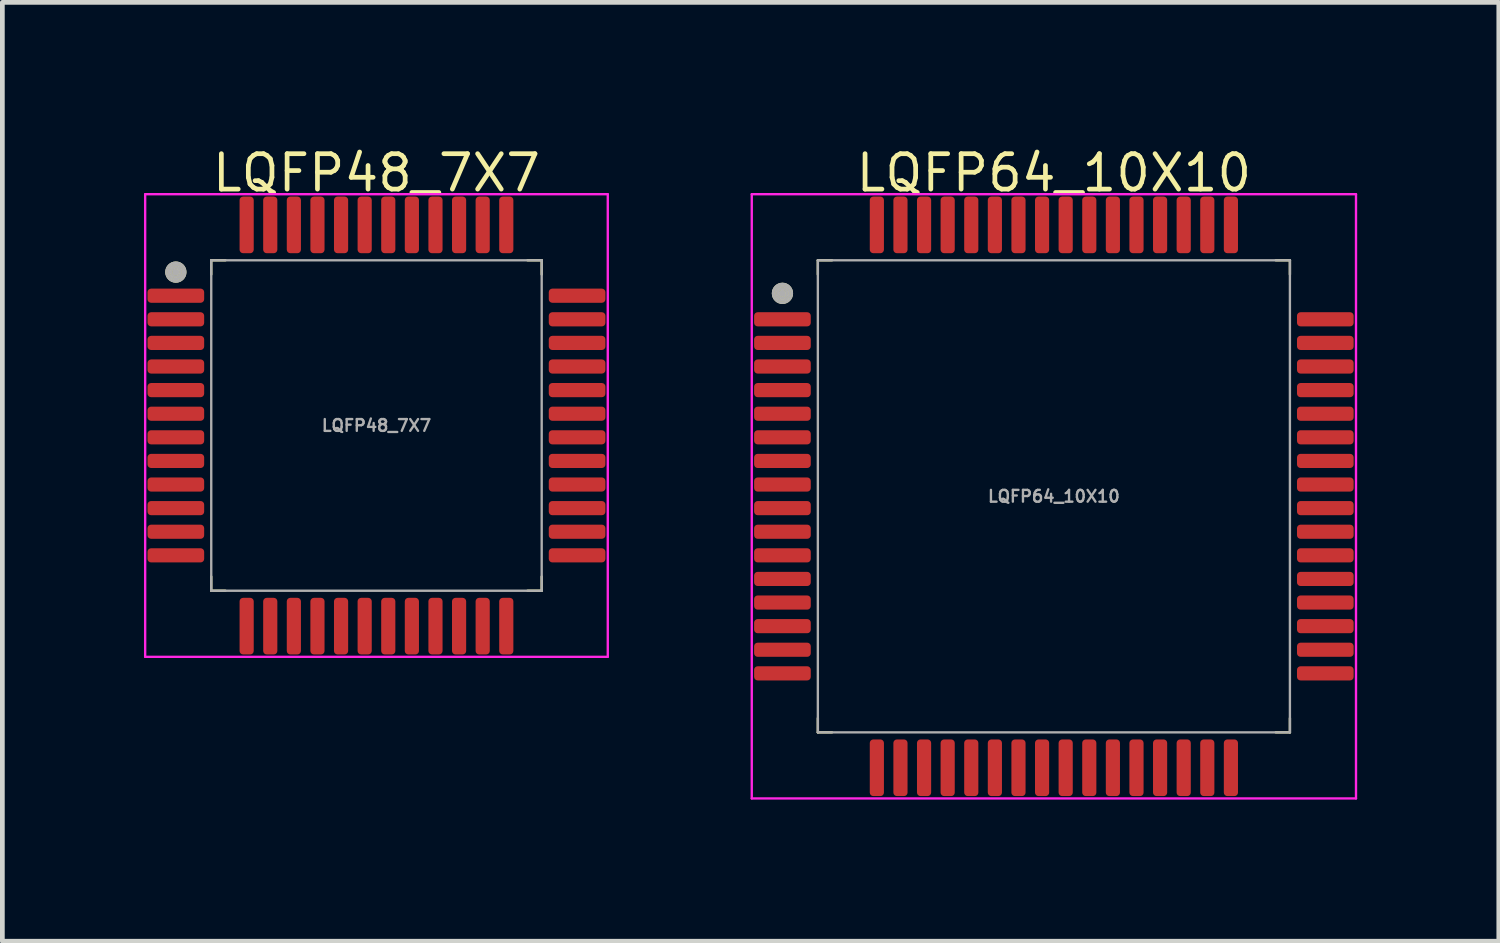
<source format=kicad_pcb>
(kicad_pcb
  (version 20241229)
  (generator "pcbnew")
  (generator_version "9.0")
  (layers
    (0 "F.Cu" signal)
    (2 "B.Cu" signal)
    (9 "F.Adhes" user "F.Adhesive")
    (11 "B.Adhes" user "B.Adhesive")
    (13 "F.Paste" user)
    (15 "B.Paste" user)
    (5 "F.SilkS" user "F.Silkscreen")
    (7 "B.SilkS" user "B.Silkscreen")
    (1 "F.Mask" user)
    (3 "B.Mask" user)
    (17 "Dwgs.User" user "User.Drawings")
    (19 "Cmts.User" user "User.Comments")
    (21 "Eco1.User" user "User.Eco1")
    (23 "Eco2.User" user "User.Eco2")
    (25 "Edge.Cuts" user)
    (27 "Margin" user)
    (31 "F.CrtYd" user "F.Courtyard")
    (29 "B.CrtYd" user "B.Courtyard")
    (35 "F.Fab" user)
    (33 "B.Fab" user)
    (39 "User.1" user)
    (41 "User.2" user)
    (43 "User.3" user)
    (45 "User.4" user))
  (footprint "LQFP48_7X7"
    (layer "F.Cu")
    (at 4.925 5.964)
    (property "Reference" "LQFP48_7X7" (at 0 -5.35 0) (unlocked yes) (layer "F.SilkS") (effects (font (size 0.75 0.75) (thickness 0.1))))
    (attr smd)
    (fp_line (start -3.5 -3.5) (end -3.5 -3.2) (stroke (width 0.05) (type solid)) (layer "F.SilkS"))
    (fp_line (start -3.5 -3.5) (end -3.2 -3.5) (stroke (width 0.05) (type solid)) (layer "F.SilkS"))
    (fp_line (start -3.5 3.5) (end -3.5 3.2) (stroke (width 0.05) (type solid)) (layer "F.SilkS"))
    (fp_line (start -3.5 3.5) (end -3.2 3.5) (stroke (width 0.05) (type solid)) (layer "F.SilkS"))
    (fp_line (start 3.5 -3.5) (end 3.2 -3.5) (stroke (width 0.05) (type solid)) (layer "F.SilkS"))
    (fp_line (start 3.5 -3.5) (end 3.5 -3.2) (stroke (width 0.05) (type solid)) (layer "F.SilkS"))
    (fp_line (start 3.5 3.5) (end 3.2 3.5) (stroke (width 0.05) (type solid)) (layer "F.SilkS"))
    (fp_line (start 3.5 3.5) (end 3.5 3.2) (stroke (width 0.05) (type solid)) (layer "F.SilkS"))
    (fp_circle (center -4.25 -3.25) (end -4.25 -3.25) (stroke (width 0.05) (type solid)) (fill no) (layer "F.SilkS"))
    (fp_circle (center -4.25 -3.25) (end -4.2 -3.25) (stroke (width 0.05) (type solid)) (fill no) (layer "F.SilkS"))
    (fp_circle (center -4.25 -3.25) (end -4.15 -3.25) (stroke (width 0.05) (type solid)) (fill no) (layer "F.SilkS"))
    (fp_circle (center -4.25 -3.25) (end -4.1 -3.25) (stroke (width 0.05) (type solid)) (fill no) (layer "F.SilkS"))
    (fp_circle (center -4.25 -3.25) (end -4.05 -3.25) (stroke (width 0.05) (type solid)) (fill no) (layer "F.SilkS"))
    (fp_line (start -4.9 -4.9) (end 4.9 -4.9) (stroke (width 0.05) (type solid)) (layer "F.CrtYd"))
    (fp_line (start -4.9 4.9) (end -4.9 -4.9) (stroke (width 0.05) (type solid)) (layer "F.CrtYd"))
    (fp_line (start 4.9 -4.9) (end 4.9 4.9) (stroke (width 0.05) (type solid)) (layer "F.CrtYd"))
    (fp_line (start 4.9 4.9) (end -4.9 4.9) (stroke (width 0.05) (type solid)) (layer "F.CrtYd"))
    (fp_line (start -3.5 -3.5) (end 3.5 -3.5) (stroke (width 0.05) (type solid)) (layer "F.Fab"))
    (fp_line (start -3.5 3.5) (end -3.5 -3.5) (stroke (width 0.05) (type solid)) (layer "F.Fab"))
    (fp_line (start -3.5 3.5) (end 3.5 3.5) (stroke (width 0.05) (type solid)) (layer "F.Fab"))
    (fp_line (start 3.5 -3.5) (end 3.5 3.5) (stroke (width 0.05) (type solid)) (layer "F.Fab"))
    (fp_circle (center -4.25 -3.25) (end -4.25 -3.25) (stroke (width 0.05) (type solid)) (fill no) (layer "F.Fab"))
    (fp_circle (center -4.25 -3.25) (end -4.2 -3.25) (stroke (width 0.05) (type solid)) (fill no) (layer "F.Fab"))
    (fp_circle (center -4.25 -3.25) (end -4.15 -3.25) (stroke (width 0.05) (type solid)) (fill no) (layer "F.Fab"))
    (fp_circle (center -4.25 -3.25) (end -4.1 -3.25) (stroke (width 0.05) (type solid)) (fill no) (layer "F.Fab"))
    (fp_circle (center -4.25 -3.25) (end -4.05 -3.25) (stroke (width 0.05) (type solid)) (fill no) (layer "F.Fab"))
    (fp_text user "${REFERENCE}" (at 0 0 0) (unlocked yes) (layer "F.Fab") (effects (font (size 0.25 0.25) (thickness 0.05))))
    (pad "1" smd roundrect (at -4.25 -2.75) (size 1.2 0.3) (layers "F.Cu" "F.Mask" "F.Paste") (roundrect_rratio 0.25))
    (pad "2" smd roundrect (at -4.25 -2.25) (size 1.2 0.3) (layers "F.Cu" "F.Mask" "F.Paste") (roundrect_rratio 0.25))
    (pad "3" smd roundrect (at -4.25 -1.75) (size 1.2 0.3) (layers "F.Cu" "F.Mask" "F.Paste") (roundrect_rratio 0.25))
    (pad "4" smd roundrect (at -4.25 -1.25) (size 1.2 0.3) (layers "F.Cu" "F.Mask" "F.Paste") (roundrect_rratio 0.25))
    (pad "5" smd roundrect (at -4.25 -0.75) (size 1.2 0.3) (layers "F.Cu" "F.Mask" "F.Paste") (roundrect_rratio 0.25))
    (pad "6" smd roundrect (at -4.25 -0.25) (size 1.2 0.3) (layers "F.Cu" "F.Mask" "F.Paste") (roundrect_rratio 0.25))
    (pad "7" smd roundrect (at -4.25 0.25) (size 1.2 0.3) (layers "F.Cu" "F.Mask" "F.Paste") (roundrect_rratio 0.25))
    (pad "8" smd roundrect (at -4.25 0.75) (size 1.2 0.3) (layers "F.Cu" "F.Mask" "F.Paste") (roundrect_rratio 0.25))
    (pad "9" smd roundrect (at -4.25 1.25) (size 1.2 0.3) (layers "F.Cu" "F.Mask" "F.Paste") (roundrect_rratio 0.25))
    (pad "10" smd roundrect (at -4.25 1.75) (size 1.2 0.3) (layers "F.Cu" "F.Mask" "F.Paste") (roundrect_rratio 0.25))
    (pad "11" smd roundrect (at -4.25 2.25) (size 1.2 0.3) (layers "F.Cu" "F.Mask" "F.Paste") (roundrect_rratio 0.25))
    (pad "12" smd roundrect (at -4.25 2.75) (size 1.2 0.3) (layers "F.Cu" "F.Mask" "F.Paste") (roundrect_rratio 0.25))
    (pad "13" smd roundrect (at -2.75 4.25 90) (size 1.2 0.3) (layers "F.Cu" "F.Mask" "F.Paste") (roundrect_rratio 0.25))
    (pad "14" smd roundrect (at -2.25 4.25 90) (size 1.2 0.3) (layers "F.Cu" "F.Mask" "F.Paste") (roundrect_rratio 0.25))
    (pad "15" smd roundrect (at -1.75 4.25 90) (size 1.2 0.3) (layers "F.Cu" "F.Mask" "F.Paste") (roundrect_rratio 0.25))
    (pad "16" smd roundrect (at -1.25 4.25 90) (size 1.2 0.3) (layers "F.Cu" "F.Mask" "F.Paste") (roundrect_rratio 0.25))
    (pad "17" smd roundrect (at -0.75 4.25 90) (size 1.2 0.3) (layers "F.Cu" "F.Mask" "F.Paste") (roundrect_rratio 0.25))
    (pad "18" smd roundrect (at -0.25 4.25 90) (size 1.2 0.3) (layers "F.Cu" "F.Mask" "F.Paste") (roundrect_rratio 0.25))
    (pad "19" smd roundrect (at 0.25 4.25 90) (size 1.2 0.3) (layers "F.Cu" "F.Mask" "F.Paste") (roundrect_rratio 0.25))
    (pad "20" smd roundrect (at 0.75 4.25 90) (size 1.2 0.3) (layers "F.Cu" "F.Mask" "F.Paste") (roundrect_rratio 0.25))
    (pad "21" smd roundrect (at 1.25 4.25 90) (size 1.2 0.3) (layers "F.Cu" "F.Mask" "F.Paste") (roundrect_rratio 0.25))
    (pad "22" smd roundrect (at 1.75 4.25 90) (size 1.2 0.3) (layers "F.Cu" "F.Mask" "F.Paste") (roundrect_rratio 0.25))
    (pad "23" smd roundrect (at 2.25 4.25 90) (size 1.2 0.3) (layers "F.Cu" "F.Mask" "F.Paste") (roundrect_rratio 0.25))
    (pad "24" smd roundrect (at 2.75 4.25 90) (size 1.2 0.3) (layers "F.Cu" "F.Mask" "F.Paste") (roundrect_rratio 0.25))
    (pad "25" smd roundrect (at 4.25 2.75 180) (size 1.2 0.3) (layers "F.Cu" "F.Mask" "F.Paste") (roundrect_rratio 0.25))
    (pad "26" smd roundrect (at 4.25 2.25 180) (size 1.2 0.3) (layers "F.Cu" "F.Mask" "F.Paste") (roundrect_rratio 0.25))
    (pad "27" smd roundrect (at 4.25 1.75 180) (size 1.2 0.3) (layers "F.Cu" "F.Mask" "F.Paste") (roundrect_rratio 0.25))
    (pad "28" smd roundrect (at 4.25 1.25 180) (size 1.2 0.3) (layers "F.Cu" "F.Mask" "F.Paste") (roundrect_rratio 0.25))
    (pad "29" smd roundrect (at 4.25 0.75 180) (size 1.2 0.3) (layers "F.Cu" "F.Mask" "F.Paste") (roundrect_rratio 0.25))
    (pad "30" smd roundrect (at 4.25 0.25 180) (size 1.2 0.3) (layers "F.Cu" "F.Mask" "F.Paste") (roundrect_rratio 0.25))
    (pad "31" smd roundrect (at 4.25 -0.25 180) (size 1.2 0.3) (layers "F.Cu" "F.Mask" "F.Paste") (roundrect_rratio 0.25))
    (pad "32" smd roundrect (at 4.25 -0.75 180) (size 1.2 0.3) (layers "F.Cu" "F.Mask" "F.Paste") (roundrect_rratio 0.25))
    (pad "33" smd roundrect (at 4.25 -1.25 180) (size 1.2 0.3) (layers "F.Cu" "F.Mask" "F.Paste") (roundrect_rratio 0.25))
    (pad "34" smd roundrect (at 4.25 -1.75 180) (size 1.2 0.3) (layers "F.Cu" "F.Mask" "F.Paste") (roundrect_rratio 0.25))
    (pad "35" smd roundrect (at 4.25 -2.25 180) (size 1.2 0.3) (layers "F.Cu" "F.Mask" "F.Paste") (roundrect_rratio 0.25))
    (pad "36" smd roundrect (at 4.25 -2.75 180) (size 1.2 0.3) (layers "F.Cu" "F.Mask" "F.Paste") (roundrect_rratio 0.25))
    (pad "37" smd roundrect (at 2.75 -4.25 270) (size 1.2 0.3) (layers "F.Cu" "F.Mask" "F.Paste") (roundrect_rratio 0.25))
    (pad "38" smd roundrect (at 2.25 -4.25 270) (size 1.2 0.3) (layers "F.Cu" "F.Mask" "F.Paste") (roundrect_rratio 0.25))
    (pad "39" smd roundrect (at 1.75 -4.25 270) (size 1.2 0.3) (layers "F.Cu" "F.Mask" "F.Paste") (roundrect_rratio 0.25))
    (pad "40" smd roundrect (at 1.25 -4.25 270) (size 1.2 0.3) (layers "F.Cu" "F.Mask" "F.Paste") (roundrect_rratio 0.25))
    (pad "41" smd roundrect (at 0.75 -4.25 270) (size 1.2 0.3) (layers "F.Cu" "F.Mask" "F.Paste") (roundrect_rratio 0.25))
    (pad "42" smd roundrect (at 0.25 -4.25 270) (size 1.2 0.3) (layers "F.Cu" "F.Mask" "F.Paste") (roundrect_rratio 0.25))
    (pad "43" smd roundrect (at -0.25 -4.25 270) (size 1.2 0.3) (layers "F.Cu" "F.Mask" "F.Paste") (roundrect_rratio 0.25))
    (pad "44" smd roundrect (at -0.75 -4.25 270) (size 1.2 0.3) (layers "F.Cu" "F.Mask" "F.Paste") (roundrect_rratio 0.25))
    (pad "45" smd roundrect (at -1.25 -4.25 270) (size 1.2 0.3) (layers "F.Cu" "F.Mask" "F.Paste") (roundrect_rratio 0.25))
    (pad "46" smd roundrect (at -1.75 -4.25 270) (size 1.2 0.3) (layers "F.Cu" "F.Mask" "F.Paste") (roundrect_rratio 0.25))
    (pad "47" smd roundrect (at -2.25 -4.25 270) (size 1.2 0.3) (layers "F.Cu" "F.Mask" "F.Paste") (roundrect_rratio 0.25))
    (pad "48" smd roundrect (at -2.75 -4.25 270) (size 1.2 0.3) (layers "F.Cu" "F.Mask" "F.Paste") (roundrect_rratio 0.25)))
  (footprint "LQFP64_10X10"
    (layer "F.Cu")
    (at 19.275 7.464)
    (property "Reference" "LQFP64_10X10" (at 0 -6.85 0) (unlocked yes) (layer "F.SilkS") (effects (font (size 0.75 0.75) (thickness 0.1))))
    (attr smd)
    (fp_line (start -5 -5) (end -5 -4.7) (stroke (width 0.05) (type solid)) (layer "F.SilkS"))
    (fp_line (start -5 -5) (end -4.7 -5) (stroke (width 0.05) (type solid)) (layer "F.SilkS"))
    (fp_line (start -5 5) (end -5 4.7) (stroke (width 0.05) (type solid)) (layer "F.SilkS"))
    (fp_line (start -5 5) (end -4.7 5) (stroke (width 0.05) (type solid)) (layer "F.SilkS"))
    (fp_line (start 5 -5) (end 4.7 -5) (stroke (width 0.05) (type solid)) (layer "F.SilkS"))
    (fp_line (start 5 -5) (end 5 -4.7) (stroke (width 0.05) (type solid)) (layer "F.SilkS"))
    (fp_line (start 5 5) (end 4.7 5) (stroke (width 0.05) (type solid)) (layer "F.SilkS"))
    (fp_line (start 5 5) (end 5 4.7) (stroke (width 0.05) (type solid)) (layer "F.SilkS"))
    (fp_circle (center -5.75 -4.3) (end -5.75 -4.3) (stroke (width 0.05) (type solid)) (fill no) (layer "F.SilkS"))
    (fp_circle (center -5.75 -4.3) (end -5.7 -4.3) (stroke (width 0.05) (type solid)) (fill no) (layer "F.SilkS"))
    (fp_circle (center -5.75 -4.3) (end -5.65 -4.3) (stroke (width 0.05) (type solid)) (fill no) (layer "F.SilkS"))
    (fp_circle (center -5.75 -4.3) (end -5.6 -4.3) (stroke (width 0.05) (type solid)) (fill no) (layer "F.SilkS"))
    (fp_circle (center -5.75 -4.3) (end -5.55 -4.3) (stroke (width 0.05) (type solid)) (fill no) (layer "F.SilkS"))
    (fp_line (start -6.4 -6.4) (end 6.4 -6.4) (stroke (width 0.05) (type solid)) (layer "F.CrtYd"))
    (fp_line (start -6.4 6.4) (end -6.4 -6.4) (stroke (width 0.05) (type solid)) (layer "F.CrtYd"))
    (fp_line (start 6.4 -6.4) (end 6.4 6.4) (stroke (width 0.05) (type solid)) (layer "F.CrtYd"))
    (fp_line (start 6.4 6.4) (end -6.4 6.4) (stroke (width 0.05) (type solid)) (layer "F.CrtYd"))
    (fp_line (start -5 -5) (end 5 -5) (stroke (width 0.05) (type solid)) (layer "F.Fab"))
    (fp_line (start -5 5) (end -5 -5) (stroke (width 0.05) (type solid)) (layer "F.Fab"))
    (fp_line (start -5 5) (end 5 5) (stroke (width 0.05) (type solid)) (layer "F.Fab"))
    (fp_line (start 5 -5) (end 5 5) (stroke (width 0.05) (type solid)) (layer "F.Fab"))
    (fp_circle (center -5.75 -4.3) (end -5.75 -4.3) (stroke (width 0.05) (type solid)) (fill no) (layer "F.Fab"))
    (fp_circle (center -5.75 -4.3) (end -5.7 -4.3) (stroke (width 0.05) (type solid)) (fill no) (layer "F.Fab"))
    (fp_circle (center -5.75 -4.3) (end -5.65 -4.3) (stroke (width 0.05) (type solid)) (fill no) (layer "F.Fab"))
    (fp_circle (center -5.75 -4.3) (end -5.6 -4.3) (stroke (width 0.05) (type solid)) (fill no) (layer "F.Fab"))
    (fp_circle (center -5.75 -4.3) (end -5.55 -4.3) (stroke (width 0.05) (type solid)) (fill no) (layer "F.Fab"))
    (fp_text user "${REFERENCE}" (at 0 0 0) (unlocked yes) (layer "F.Fab") (effects (font (size 0.25 0.25) (thickness 0.05))))
    (pad "1" smd roundrect (at -5.75 -3.75) (size 1.2 0.3) (layers "F.Cu" "F.Mask" "F.Paste") (roundrect_rratio 0.25))
    (pad "2" smd roundrect (at -5.75 -3.25) (size 1.2 0.3) (layers "F.Cu" "F.Mask" "F.Paste") (roundrect_rratio 0.25))
    (pad "3" smd roundrect (at -5.75 -2.75) (size 1.2 0.3) (layers "F.Cu" "F.Mask" "F.Paste") (roundrect_rratio 0.25))
    (pad "4" smd roundrect (at -5.75 -2.25) (size 1.2 0.3) (layers "F.Cu" "F.Mask" "F.Paste") (roundrect_rratio 0.25))
    (pad "5" smd roundrect (at -5.75 -1.75) (size 1.2 0.3) (layers "F.Cu" "F.Mask" "F.Paste") (roundrect_rratio 0.25))
    (pad "6" smd roundrect (at -5.75 -1.25) (size 1.2 0.3) (layers "F.Cu" "F.Mask" "F.Paste") (roundrect_rratio 0.25))
    (pad "7" smd roundrect (at -5.75 -0.75) (size 1.2 0.3) (layers "F.Cu" "F.Mask" "F.Paste") (roundrect_rratio 0.25))
    (pad "8" smd roundrect (at -5.75 -0.25) (size 1.2 0.3) (layers "F.Cu" "F.Mask" "F.Paste") (roundrect_rratio 0.25))
    (pad "9" smd roundrect (at -5.75 0.25) (size 1.2 0.3) (layers "F.Cu" "F.Mask" "F.Paste") (roundrect_rratio 0.25))
    (pad "10" smd roundrect (at -5.75 0.75) (size 1.2 0.3) (layers "F.Cu" "F.Mask" "F.Paste") (roundrect_rratio 0.25))
    (pad "11" smd roundrect (at -5.75 1.25) (size 1.2 0.3) (layers "F.Cu" "F.Mask" "F.Paste") (roundrect_rratio 0.25))
    (pad "12" smd roundrect (at -5.75 1.75) (size 1.2 0.3) (layers "F.Cu" "F.Mask" "F.Paste") (roundrect_rratio 0.25))
    (pad "13" smd roundrect (at -5.75 2.25) (size 1.2 0.3) (layers "F.Cu" "F.Mask" "F.Paste") (roundrect_rratio 0.25))
    (pad "14" smd roundrect (at -5.75 2.75) (size 1.2 0.3) (layers "F.Cu" "F.Mask" "F.Paste") (roundrect_rratio 0.25))
    (pad "15" smd roundrect (at -5.75 3.25) (size 1.2 0.3) (layers "F.Cu" "F.Mask" "F.Paste") (roundrect_rratio 0.25))
    (pad "16" smd roundrect (at -5.75 3.75) (size 1.2 0.3) (layers "F.Cu" "F.Mask" "F.Paste") (roundrect_rratio 0.25))
    (pad "17" smd roundrect (at -3.75 5.75 90) (size 1.2 0.3) (layers "F.Cu" "F.Mask" "F.Paste") (roundrect_rratio 0.25))
    (pad "18" smd roundrect (at -3.25 5.75 90) (size 1.2 0.3) (layers "F.Cu" "F.Mask" "F.Paste") (roundrect_rratio 0.25))
    (pad "19" smd roundrect (at -2.75 5.75 90) (size 1.2 0.3) (layers "F.Cu" "F.Mask" "F.Paste") (roundrect_rratio 0.25))
    (pad "20" smd roundrect (at -2.25 5.75 90) (size 1.2 0.3) (layers "F.Cu" "F.Mask" "F.Paste") (roundrect_rratio 0.25))
    (pad "21" smd roundrect (at -1.75 5.75 90) (size 1.2 0.3) (layers "F.Cu" "F.Mask" "F.Paste") (roundrect_rratio 0.25))
    (pad "22" smd roundrect (at -1.25 5.75 90) (size 1.2 0.3) (layers "F.Cu" "F.Mask" "F.Paste") (roundrect_rratio 0.25))
    (pad "23" smd roundrect (at -0.75 5.75 90) (size 1.2 0.3) (layers "F.Cu" "F.Mask" "F.Paste") (roundrect_rratio 0.25))
    (pad "24" smd roundrect (at -0.25 5.75 90) (size 1.2 0.3) (layers "F.Cu" "F.Mask" "F.Paste") (roundrect_rratio 0.25))
    (pad "25" smd roundrect (at 0.25 5.75 90) (size 1.2 0.3) (layers "F.Cu" "F.Mask" "F.Paste") (roundrect_rratio 0.25))
    (pad "26" smd roundrect (at 0.75 5.75 90) (size 1.2 0.3) (layers "F.Cu" "F.Mask" "F.Paste") (roundrect_rratio 0.25))
    (pad "27" smd roundrect (at 1.25 5.75 90) (size 1.2 0.3) (layers "F.Cu" "F.Mask" "F.Paste") (roundrect_rratio 0.25))
    (pad "28" smd roundrect (at 1.75 5.75 90) (size 1.2 0.3) (layers "F.Cu" "F.Mask" "F.Paste") (roundrect_rratio 0.25))
    (pad "29" smd roundrect (at 2.25 5.75 90) (size 1.2 0.3) (layers "F.Cu" "F.Mask" "F.Paste") (roundrect_rratio 0.25))
    (pad "30" smd roundrect (at 2.75 5.75 90) (size 1.2 0.3) (layers "F.Cu" "F.Mask" "F.Paste") (roundrect_rratio 0.25))
    (pad "31" smd roundrect (at 3.25 5.75 90) (size 1.2 0.3) (layers "F.Cu" "F.Mask" "F.Paste") (roundrect_rratio 0.25))
    (pad "32" smd roundrect (at 3.75 5.75 90) (size 1.2 0.3) (layers "F.Cu" "F.Mask" "F.Paste") (roundrect_rratio 0.25))
    (pad "33" smd roundrect (at 5.75 3.75 180) (size 1.2 0.3) (layers "F.Cu" "F.Mask" "F.Paste") (roundrect_rratio 0.25))
    (pad "34" smd roundrect (at 5.75 3.25 180) (size 1.2 0.3) (layers "F.Cu" "F.Mask" "F.Paste") (roundrect_rratio 0.25))
    (pad "35" smd roundrect (at 5.75 2.75 180) (size 1.2 0.3) (layers "F.Cu" "F.Mask" "F.Paste") (roundrect_rratio 0.25))
    (pad "36" smd roundrect (at 5.75 2.25 180) (size 1.2 0.3) (layers "F.Cu" "F.Mask" "F.Paste") (roundrect_rratio 0.25))
    (pad "37" smd roundrect (at 5.75 1.75 180) (size 1.2 0.3) (layers "F.Cu" "F.Mask" "F.Paste") (roundrect_rratio 0.25))
    (pad "38" smd roundrect (at 5.75 1.25 180) (size 1.2 0.3) (layers "F.Cu" "F.Mask" "F.Paste") (roundrect_rratio 0.25))
    (pad "39" smd roundrect (at 5.75 0.75 180) (size 1.2 0.3) (layers "F.Cu" "F.Mask" "F.Paste") (roundrect_rratio 0.25))
    (pad "40" smd roundrect (at 5.75 0.25 180) (size 1.2 0.3) (layers "F.Cu" "F.Mask" "F.Paste") (roundrect_rratio 0.25))
    (pad "41" smd roundrect (at 5.75 -0.25 180) (size 1.2 0.3) (layers "F.Cu" "F.Mask" "F.Paste") (roundrect_rratio 0.25))
    (pad "42" smd roundrect (at 5.75 -0.75 180) (size 1.2 0.3) (layers "F.Cu" "F.Mask" "F.Paste") (roundrect_rratio 0.25))
    (pad "43" smd roundrect (at 5.75 -1.25 180) (size 1.2 0.3) (layers "F.Cu" "F.Mask" "F.Paste") (roundrect_rratio 0.25))
    (pad "44" smd roundrect (at 5.75 -1.75 180) (size 1.2 0.3) (layers "F.Cu" "F.Mask" "F.Paste") (roundrect_rratio 0.25))
    (pad "45" smd roundrect (at 5.75 -2.25 180) (size 1.2 0.3) (layers "F.Cu" "F.Mask" "F.Paste") (roundrect_rratio 0.25))
    (pad "46" smd roundrect (at 5.75 -2.75 180) (size 1.2 0.3) (layers "F.Cu" "F.Mask" "F.Paste") (roundrect_rratio 0.25))
    (pad "47" smd roundrect (at 5.75 -3.25 180) (size 1.2 0.3) (layers "F.Cu" "F.Mask" "F.Paste") (roundrect_rratio 0.25))
    (pad "48" smd roundrect (at 5.75 -3.75 180) (size 1.2 0.3) (layers "F.Cu" "F.Mask" "F.Paste") (roundrect_rratio 0.25))
    (pad "49" smd roundrect (at 3.75 -5.75 270) (size 1.2 0.3) (layers "F.Cu" "F.Mask" "F.Paste") (roundrect_rratio 0.25))
    (pad "50" smd roundrect (at 3.25 -5.75 270) (size 1.2 0.3) (layers "F.Cu" "F.Mask" "F.Paste") (roundrect_rratio 0.25))
    (pad "51" smd roundrect (at 2.75 -5.75 270) (size 1.2 0.3) (layers "F.Cu" "F.Mask" "F.Paste") (roundrect_rratio 0.25))
    (pad "52" smd roundrect (at 2.25 -5.75 270) (size 1.2 0.3) (layers "F.Cu" "F.Mask" "F.Paste") (roundrect_rratio 0.25))
    (pad "53" smd roundrect (at 1.75 -5.75 270) (size 1.2 0.3) (layers "F.Cu" "F.Mask" "F.Paste") (roundrect_rratio 0.25))
    (pad "54" smd roundrect (at 1.25 -5.75 270) (size 1.2 0.3) (layers "F.Cu" "F.Mask" "F.Paste") (roundrect_rratio 0.25))
    (pad "55" smd roundrect (at 0.75 -5.75 270) (size 1.2 0.3) (layers "F.Cu" "F.Mask" "F.Paste") (roundrect_rratio 0.25))
    (pad "56" smd roundrect (at 0.25 -5.75 270) (size 1.2 0.3) (layers "F.Cu" "F.Mask" "F.Paste") (roundrect_rratio 0.25))
    (pad "57" smd roundrect (at -0.25 -5.75 270) (size 1.2 0.3) (layers "F.Cu" "F.Mask" "F.Paste") (roundrect_rratio 0.25))
    (pad "58" smd roundrect (at -0.75 -5.75 270) (size 1.2 0.3) (layers "F.Cu" "F.Mask" "F.Paste") (roundrect_rratio 0.25))
    (pad "59" smd roundrect (at -1.25 -5.75 270) (size 1.2 0.3) (layers "F.Cu" "F.Mask" "F.Paste") (roundrect_rratio 0.25))
    (pad "60" smd roundrect (at -1.75 -5.75 270) (size 1.2 0.3) (layers "F.Cu" "F.Mask" "F.Paste") (roundrect_rratio 0.25))
    (pad "61" smd roundrect (at -2.25 -5.75 270) (size 1.2 0.3) (layers "F.Cu" "F.Mask" "F.Paste") (roundrect_rratio 0.25))
    (pad "62" smd roundrect (at -2.75 -5.75 270) (size 1.2 0.3) (layers "F.Cu" "F.Mask" "F.Paste") (roundrect_rratio 0.25))
    (pad "63" smd roundrect (at -3.25 -5.75 270) (size 1.2 0.3) (layers "F.Cu" "F.Mask" "F.Paste") (roundrect_rratio 0.25))
    (pad "64" smd roundrect (at -3.75 -5.75 270) (size 1.2 0.3) (layers "F.Cu" "F.Mask" "F.Paste") (roundrect_rratio 0.25)))
  (gr_rect
    (start -3 -3)
    (end 28.7 16.889)
    (stroke (width 0.1) (type default))
    (fill no)
    (layer "Edge.Cuts")))
</source>
